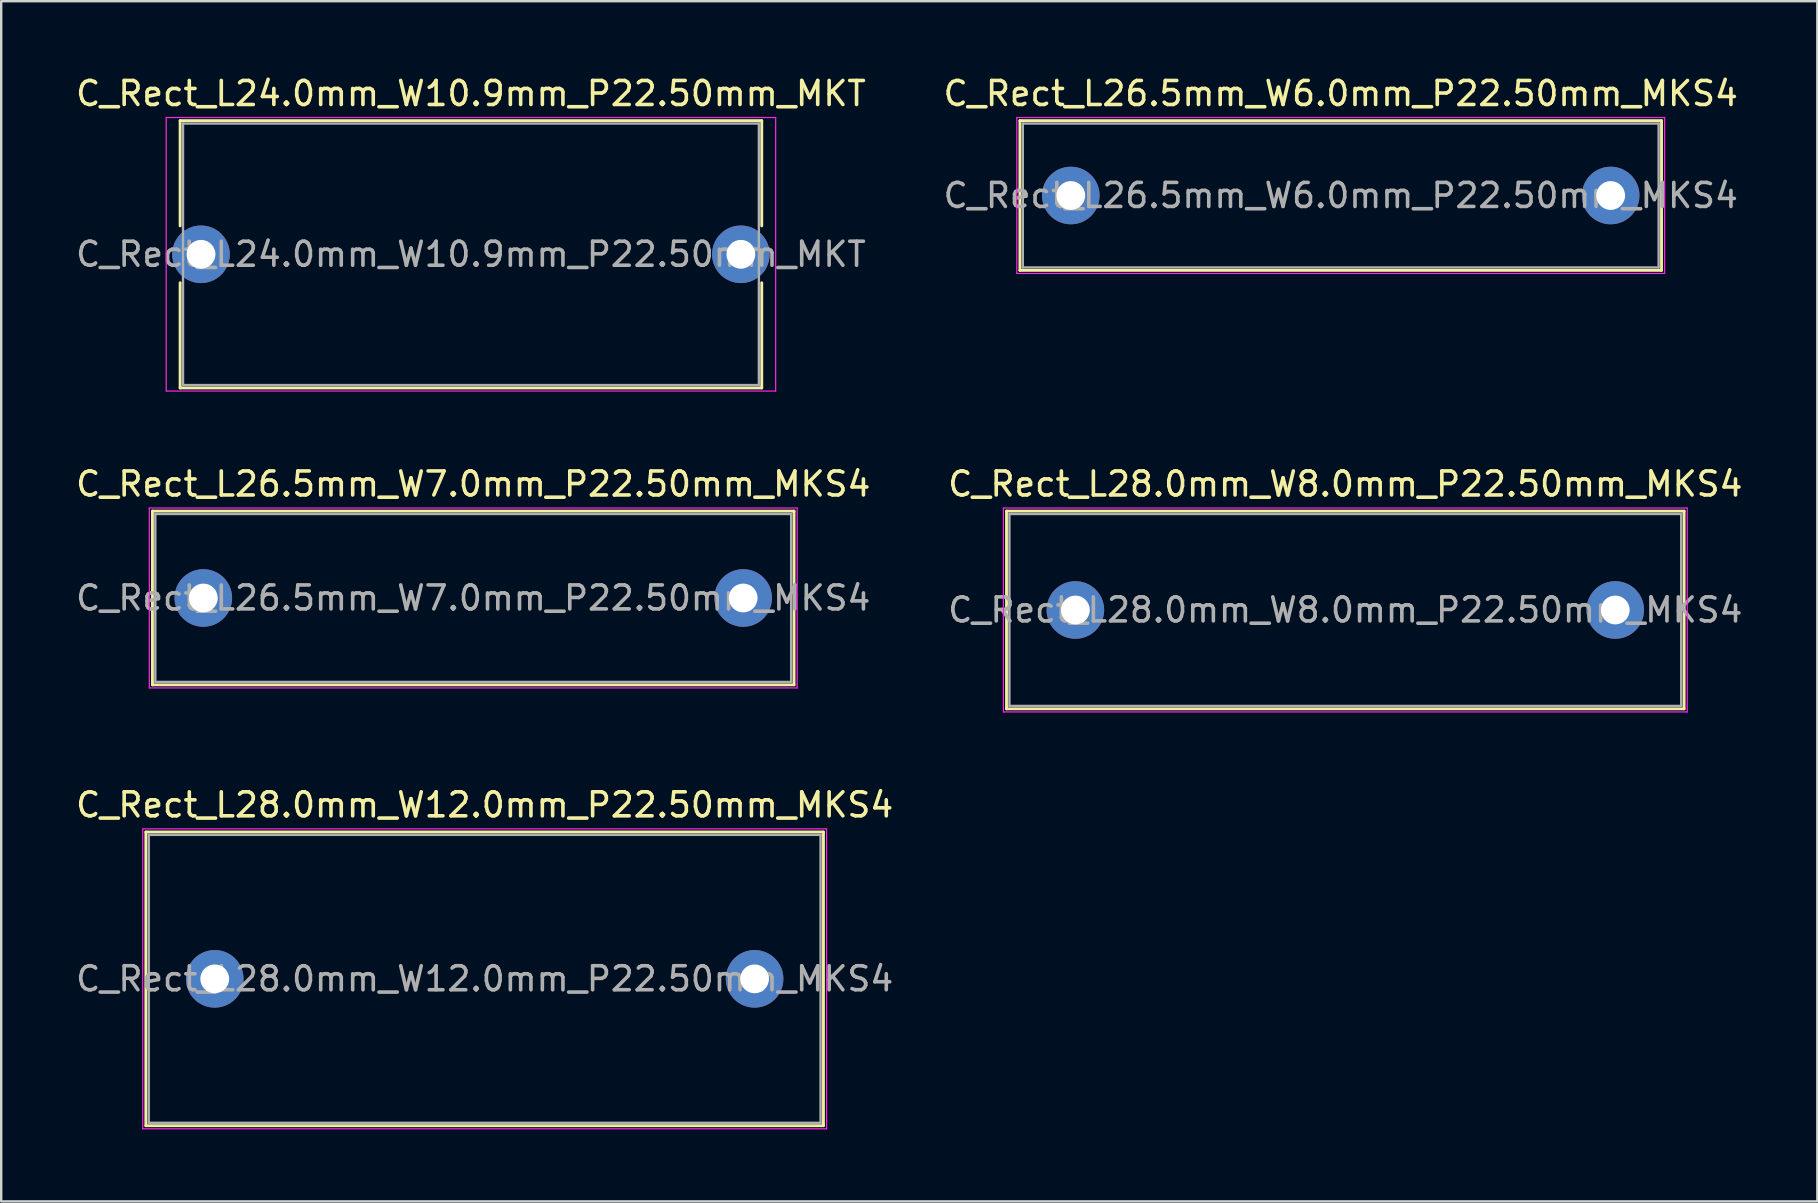
<source format=kicad_pcb>
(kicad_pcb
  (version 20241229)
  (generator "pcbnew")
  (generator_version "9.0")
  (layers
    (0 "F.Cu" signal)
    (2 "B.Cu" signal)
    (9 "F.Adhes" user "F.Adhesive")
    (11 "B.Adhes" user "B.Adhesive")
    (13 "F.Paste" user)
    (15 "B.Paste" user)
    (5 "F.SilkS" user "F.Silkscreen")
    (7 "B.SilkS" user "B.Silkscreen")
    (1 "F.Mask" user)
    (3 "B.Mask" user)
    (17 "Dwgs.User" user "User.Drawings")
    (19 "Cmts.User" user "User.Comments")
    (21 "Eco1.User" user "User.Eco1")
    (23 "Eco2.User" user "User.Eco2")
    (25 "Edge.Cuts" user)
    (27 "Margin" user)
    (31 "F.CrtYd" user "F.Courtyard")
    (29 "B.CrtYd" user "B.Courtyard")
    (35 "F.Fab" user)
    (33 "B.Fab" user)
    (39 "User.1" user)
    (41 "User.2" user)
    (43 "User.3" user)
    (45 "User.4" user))
  (footprint "C_Rect_L26.5mm_W7.0mm_P22.50mm_MKS4"
    (layer "F.Cu")
    (at 5.423 21.872)
    (property "Reference" "C_Rect_L26.5mm_W7.0mm_P22.50mm_MKS4" (at 11.25 -4.75 0) (layer "F.SilkS") (effects (font (size 1 1) (thickness 0.15))))
    (attr through_hole)
    (fp_line (start -2.12 -3.62) (end -2.12 3.62) (stroke (width 0.12) (type solid)) (layer "F.SilkS"))
    (fp_line (start -2.12 -3.62) (end 24.62 -3.62) (stroke (width 0.12) (type solid)) (layer "F.SilkS"))
    (fp_line (start -2.12 3.62) (end 24.62 3.62) (stroke (width 0.12) (type solid)) (layer "F.SilkS"))
    (fp_line (start 24.62 -3.62) (end 24.62 3.62) (stroke (width 0.12) (type solid)) (layer "F.SilkS"))
    (fp_line (start -2.25 -3.75) (end -2.25 3.75) (stroke (width 0.05) (type solid)) (layer "F.CrtYd"))
    (fp_line (start -2.25 3.75) (end 24.75 3.75) (stroke (width 0.05) (type solid)) (layer "F.CrtYd"))
    (fp_line (start 24.75 -3.75) (end -2.25 -3.75) (stroke (width 0.05) (type solid)) (layer "F.CrtYd"))
    (fp_line (start 24.75 3.75) (end 24.75 -3.75) (stroke (width 0.05) (type solid)) (layer "F.CrtYd"))
    (fp_line (start -2 -3.5) (end -2 3.5) (stroke (width 0.1) (type solid)) (layer "F.Fab"))
    (fp_line (start -2 3.5) (end 24.5 3.5) (stroke (width 0.1) (type solid)) (layer "F.Fab"))
    (fp_line (start 24.5 -3.5) (end -2 -3.5) (stroke (width 0.1) (type solid)) (layer "F.Fab"))
    (fp_line (start 24.5 3.5) (end 24.5 -3.5) (stroke (width 0.1) (type solid)) (layer "F.Fab"))
    (fp_text user "${REFERENCE}" (at 11.25 0 0) (layer "F.Fab") (effects (font (size 1 1) (thickness 0.15))))
    (pad "1" thru_hole circle (at 0 0) (size 2.4 2.4) (drill 1.2) (layers "*.Cu" "*.Mask"))
    (pad "2" thru_hole circle (at 22.5 0) (size 2.4 2.4) (drill 1.2) (layers "*.Cu" "*.Mask")))
  (footprint "C_Rect_L28.0mm_W8.0mm_P22.50mm_MKS4"
    (layer "F.Cu")
    (at 41.768 22.372)
    (property "Reference" "C_Rect_L28.0mm_W8.0mm_P22.50mm_MKS4" (at 11.25 -5.25 0) (layer "F.SilkS") (effects (font (size 1 1) (thickness 0.15))))
    (attr through_hole)
    (fp_line (start -2.87 -4.12) (end -2.87 4.12) (stroke (width 0.12) (type solid)) (layer "F.SilkS"))
    (fp_line (start -2.87 -4.12) (end 25.37 -4.12) (stroke (width 0.12) (type solid)) (layer "F.SilkS"))
    (fp_line (start -2.87 4.12) (end 25.37 4.12) (stroke (width 0.12) (type solid)) (layer "F.SilkS"))
    (fp_line (start 25.37 -4.12) (end 25.37 4.12) (stroke (width 0.12) (type solid)) (layer "F.SilkS"))
    (fp_line (start -3 -4.25) (end -3 4.25) (stroke (width 0.05) (type solid)) (layer "F.CrtYd"))
    (fp_line (start -3 4.25) (end 25.5 4.25) (stroke (width 0.05) (type solid)) (layer "F.CrtYd"))
    (fp_line (start 25.5 -4.25) (end -3 -4.25) (stroke (width 0.05) (type solid)) (layer "F.CrtYd"))
    (fp_line (start 25.5 4.25) (end 25.5 -4.25) (stroke (width 0.05) (type solid)) (layer "F.CrtYd"))
    (fp_line (start -2.75 -4) (end -2.75 4) (stroke (width 0.1) (type solid)) (layer "F.Fab"))
    (fp_line (start -2.75 4) (end 25.25 4) (stroke (width 0.1) (type solid)) (layer "F.Fab"))
    (fp_line (start 25.25 -4) (end -2.75 -4) (stroke (width 0.1) (type solid)) (layer "F.Fab"))
    (fp_line (start 25.25 4) (end 25.25 -4) (stroke (width 0.1) (type solid)) (layer "F.Fab"))
    (fp_text user "${REFERENCE}" (at 11.25 0 0) (layer "F.Fab") (effects (font (size 1 1) (thickness 0.15))))
    (pad "1" thru_hole circle (at 0 0) (size 2.4 2.4) (drill 1.2) (layers "*.Cu" "*.Mask"))
    (pad "2" thru_hole circle (at 22.5 0) (size 2.4 2.4) (drill 1.2) (layers "*.Cu" "*.Mask")))
  (footprint "C_Rect_L28.0mm_W12.0mm_P22.50mm_MKS4"
    (layer "F.Cu")
    (at 5.899 37.745)
    (property "Reference" "C_Rect_L28.0mm_W12.0mm_P22.50mm_MKS4" (at 11.25 -7.25 0) (layer "F.SilkS") (effects (font (size 1 1) (thickness 0.15))))
    (attr through_hole)
    (fp_line (start -2.87 -6.12) (end -2.87 6.12) (stroke (width 0.12) (type solid)) (layer "F.SilkS"))
    (fp_line (start -2.87 -6.12) (end 25.37 -6.12) (stroke (width 0.12) (type solid)) (layer "F.SilkS"))
    (fp_line (start -2.87 6.12) (end 25.37 6.12) (stroke (width 0.12) (type solid)) (layer "F.SilkS"))
    (fp_line (start 25.37 -6.12) (end 25.37 6.12) (stroke (width 0.12) (type solid)) (layer "F.SilkS"))
    (fp_line (start -3 -6.25) (end -3 6.25) (stroke (width 0.05) (type solid)) (layer "F.CrtYd"))
    (fp_line (start -3 6.25) (end 25.5 6.25) (stroke (width 0.05) (type solid)) (layer "F.CrtYd"))
    (fp_line (start 25.5 -6.25) (end -3 -6.25) (stroke (width 0.05) (type solid)) (layer "F.CrtYd"))
    (fp_line (start 25.5 6.25) (end 25.5 -6.25) (stroke (width 0.05) (type solid)) (layer "F.CrtYd"))
    (fp_line (start -2.75 -6) (end -2.75 6) (stroke (width 0.1) (type solid)) (layer "F.Fab"))
    (fp_line (start -2.75 6) (end 25.25 6) (stroke (width 0.1) (type solid)) (layer "F.Fab"))
    (fp_line (start 25.25 -6) (end -2.75 -6) (stroke (width 0.1) (type solid)) (layer "F.Fab"))
    (fp_line (start 25.25 6) (end 25.25 -6) (stroke (width 0.1) (type solid)) (layer "F.Fab"))
    (fp_text user "${REFERENCE}" (at 11.25 0 0) (layer "F.Fab") (effects (font (size 1 1) (thickness 0.15))))
    (pad "1" thru_hole circle (at 0 0) (size 2.4 2.4) (drill 1.2) (layers "*.Cu" "*.Mask"))
    (pad "2" thru_hole circle (at 22.5 0) (size 2.4 2.4) (drill 1.2) (layers "*.Cu" "*.Mask")))
  (footprint "C_Rect_L24.0mm_W10.9mm_P22.50mm_MKT"
    (layer "F.Cu")
    (at 5.327 7.548)
    (property "Reference" "C_Rect_L24.0mm_W10.9mm_P22.50mm_MKT" (at 11.25 -6.7 0) (layer "F.SilkS") (effects (font (size 1 1) (thickness 0.15))))
    (attr through_hole)
    (fp_line (start -0.87 -5.57) (end -0.87 -1.185) (stroke (width 0.12) (type solid)) (layer "F.SilkS"))
    (fp_line (start -0.87 -5.57) (end 23.37 -5.57) (stroke (width 0.12) (type solid)) (layer "F.SilkS"))
    (fp_line (start -0.87 1.185) (end -0.87 5.57) (stroke (width 0.12) (type solid)) (layer "F.SilkS"))
    (fp_line (start -0.87 5.57) (end 23.37 5.57) (stroke (width 0.12) (type solid)) (layer "F.SilkS"))
    (fp_line (start 23.37 -5.57) (end 23.37 -1.185) (stroke (width 0.12) (type solid)) (layer "F.SilkS"))
    (fp_line (start 23.37 1.185) (end 23.37 5.57) (stroke (width 0.12) (type solid)) (layer "F.SilkS"))
    (fp_line (start -1.45 -5.7) (end -1.45 5.7) (stroke (width 0.05) (type solid)) (layer "F.CrtYd"))
    (fp_line (start -1.45 5.7) (end 23.95 5.7) (stroke (width 0.05) (type solid)) (layer "F.CrtYd"))
    (fp_line (start 23.95 -5.7) (end -1.45 -5.7) (stroke (width 0.05) (type solid)) (layer "F.CrtYd"))
    (fp_line (start 23.95 5.7) (end 23.95 -5.7) (stroke (width 0.05) (type solid)) (layer "F.CrtYd"))
    (fp_line (start -0.75 -5.45) (end -0.75 5.45) (stroke (width 0.1) (type solid)) (layer "F.Fab"))
    (fp_line (start -0.75 5.45) (end 23.25 5.45) (stroke (width 0.1) (type solid)) (layer "F.Fab"))
    (fp_line (start 23.25 -5.45) (end -0.75 -5.45) (stroke (width 0.1) (type solid)) (layer "F.Fab"))
    (fp_line (start 23.25 5.45) (end 23.25 -5.45) (stroke (width 0.1) (type solid)) (layer "F.Fab"))
    (fp_text user "${REFERENCE}" (at 11.25 0 0) (layer "F.Fab") (effects (font (size 1 1) (thickness 0.15))))
    (pad "1" thru_hole circle (at 0 0) (size 2.4 2.4) (drill 1.2) (layers "*.Cu" "*.Mask"))
    (pad "2" thru_hole circle (at 22.5 0) (size 2.4 2.4) (drill 1.2) (layers "*.Cu" "*.Mask")))
  (footprint "C_Rect_L26.5mm_W6.0mm_P22.50mm_MKS4"
    (layer "F.Cu")
    (at 41.577 5.098)
    (property "Reference" "C_Rect_L26.5mm_W6.0mm_P22.50mm_MKS4" (at 11.25 -4.25 0) (layer "F.SilkS") (effects (font (size 1 1) (thickness 0.15))))
    (attr through_hole)
    (fp_line (start -2.12 -3.12) (end -2.12 3.12) (stroke (width 0.12) (type solid)) (layer "F.SilkS"))
    (fp_line (start -2.12 -3.12) (end 24.62 -3.12) (stroke (width 0.12) (type solid)) (layer "F.SilkS"))
    (fp_line (start -2.12 3.12) (end 24.62 3.12) (stroke (width 0.12) (type solid)) (layer "F.SilkS"))
    (fp_line (start 24.62 -3.12) (end 24.62 3.12) (stroke (width 0.12) (type solid)) (layer "F.SilkS"))
    (fp_line (start -2.25 -3.25) (end -2.25 3.25) (stroke (width 0.05) (type solid)) (layer "F.CrtYd"))
    (fp_line (start -2.25 3.25) (end 24.75 3.25) (stroke (width 0.05) (type solid)) (layer "F.CrtYd"))
    (fp_line (start 24.75 -3.25) (end -2.25 -3.25) (stroke (width 0.05) (type solid)) (layer "F.CrtYd"))
    (fp_line (start 24.75 3.25) (end 24.75 -3.25) (stroke (width 0.05) (type solid)) (layer "F.CrtYd"))
    (fp_line (start -2 -3) (end -2 3) (stroke (width 0.1) (type solid)) (layer "F.Fab"))
    (fp_line (start -2 3) (end 24.5 3) (stroke (width 0.1) (type solid)) (layer "F.Fab"))
    (fp_line (start 24.5 -3) (end -2 -3) (stroke (width 0.1) (type solid)) (layer "F.Fab"))
    (fp_line (start 24.5 3) (end 24.5 -3) (stroke (width 0.1) (type solid)) (layer "F.Fab"))
    (fp_text user "${REFERENCE}" (at 11.25 0 0) (layer "F.Fab") (effects (font (size 1 1) (thickness 0.15))))
    (pad "1" thru_hole circle (at 0 0) (size 2.4 2.4) (drill 1.2) (layers "*.Cu" "*.Mask"))
    (pad "2" thru_hole circle (at 22.5 0) (size 2.4 2.4) (drill 1.2) (layers "*.Cu" "*.Mask")))
  (gr_rect
    (start -3 -3)
    (end 72.69 47.02)
    (stroke (width 0.1) (type default))
    (fill no)
    (layer "Edge.Cuts")))
</source>
